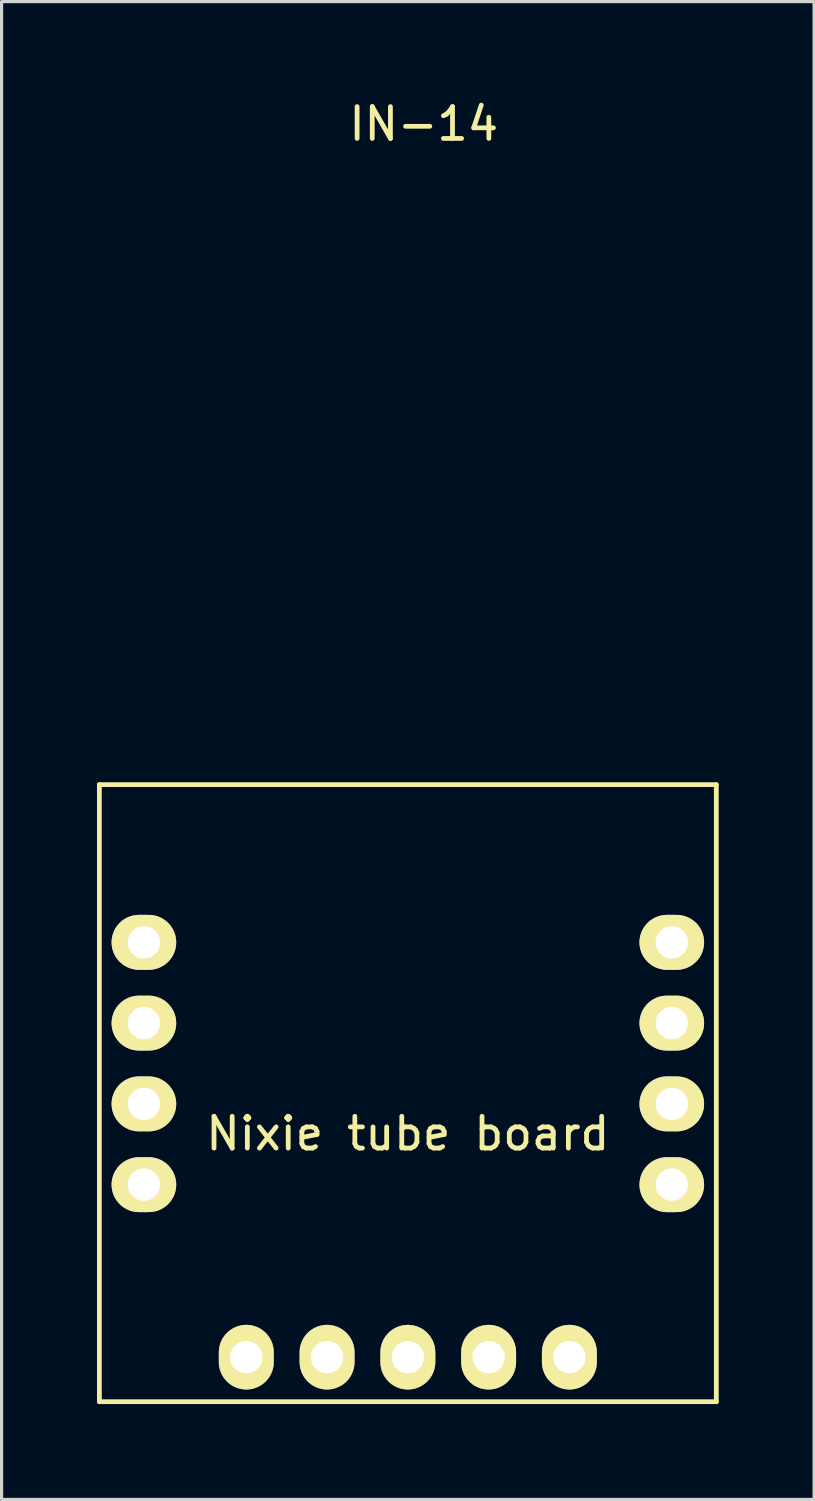
<source format=kicad_pcb>
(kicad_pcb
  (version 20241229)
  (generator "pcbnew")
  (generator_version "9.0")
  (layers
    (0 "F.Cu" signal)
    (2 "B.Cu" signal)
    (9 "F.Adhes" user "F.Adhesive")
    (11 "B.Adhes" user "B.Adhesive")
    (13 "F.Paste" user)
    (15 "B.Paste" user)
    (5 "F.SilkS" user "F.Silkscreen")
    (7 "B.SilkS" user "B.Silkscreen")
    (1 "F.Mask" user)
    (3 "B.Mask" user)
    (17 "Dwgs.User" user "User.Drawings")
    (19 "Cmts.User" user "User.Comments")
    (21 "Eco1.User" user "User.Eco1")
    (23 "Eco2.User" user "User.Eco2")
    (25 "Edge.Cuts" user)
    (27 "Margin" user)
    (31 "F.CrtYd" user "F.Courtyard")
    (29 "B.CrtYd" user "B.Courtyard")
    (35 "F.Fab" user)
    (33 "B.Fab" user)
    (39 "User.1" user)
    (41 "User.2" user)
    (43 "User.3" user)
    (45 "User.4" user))
  (footprint "IN-14"
    (layer "F.Cu")
    (at 9.775 31.328)
    (property "Reference" "IN-14" (at 0.5 -30.48 0) (layer "F.SilkS") (effects (font (size 1 1) (thickness 0.15))))
    (attr through_hole)
    (fp_line (start -9.7 -9.704) (end -9.7 9.7) (stroke (width 0.15) (type solid)) (layer "F.SilkS"))
    (fp_line (start -9.7 9.7) (end 9.7 9.7) (stroke (width 0.15) (type solid)) (layer "F.SilkS"))
    (fp_line (start 9.7 -9.704) (end -9.7 -9.704) (stroke (width 0.15) (type solid)) (layer "F.SilkS"))
    (fp_line (start 9.7 -9.704) (end 9.7 9.7) (stroke (width 0.15) (type solid)) (layer "F.SilkS"))
    (fp_text user "Nixie tube board" (at 0 1.27 0) (layer "F.SilkS") (effects (font (size 1 1) (thickness 0.15))))
    (pad "1" thru_hole oval (at 0 8.3 90) (size 2.032 1.727) (drill 1.016) (layers "*.Cu" "*.Mask" "F.SilkS"))
    (pad "2" thru_hole oval (at -2.54 8.3 90) (size 2.032 1.727) (drill 1.016) (layers "*.Cu" "*.Mask" "F.SilkS"))
    (pad "3" thru_hole oval (at -5.08 8.3 90) (size 2.032 1.727) (drill 1.016) (layers "*.Cu" "*.Mask" "F.SilkS"))
    (pad "4" thru_hole oval (at -8.3 2.875) (size 2.032 1.727) (drill 1.016) (layers "*.Cu" "*.Mask" "F.SilkS"))
    (pad "5" thru_hole oval (at -8.3 0.335) (size 2.032 1.727) (drill 1.016) (layers "*.Cu" "*.Mask" "F.SilkS"))
    (pad "6" thru_hole oval (at -8.3 -2.205) (size 2.032 1.727) (drill 1.016) (layers "*.Cu" "*.Mask" "F.SilkS"))
    (pad "7" thru_hole oval (at -8.3 -4.745) (size 2.032 1.727) (drill 1.016) (layers "*.Cu" "*.Mask" "F.SilkS"))
    (pad "8" thru_hole oval (at 8.3 -4.745) (size 2.032 1.727) (drill 1.016) (layers "*.Cu" "*.Mask" "F.SilkS"))
    (pad "9" thru_hole oval (at 8.3 -2.205) (size 2.032 1.727) (drill 1.016) (layers "*.Cu" "*.Mask" "F.SilkS"))
    (pad "10" thru_hole oval (at 8.3 0.335) (size 2.032 1.727) (drill 1.016) (layers "*.Cu" "*.Mask" "F.SilkS"))
    (pad "11" thru_hole oval (at 8.3 2.875) (size 2.032 1.727) (drill 1.016) (layers "*.Cu" "*.Mask" "F.SilkS"))
    (pad "12" thru_hole oval (at 5.08 8.3 90) (size 2.032 1.727) (drill 1.016) (layers "*.Cu" "*.Mask" "F.SilkS"))
    (pad "13" thru_hole oval (at 2.54 8.3 90) (size 2.032 1.727) (drill 1.016) (layers "*.Cu" "*.Mask" "F.SilkS")))
  (gr_rect
    (start -3 -3)
    (end 22.55 44.103)
    (stroke (width 0.1) (type default))
    (fill no)
    (layer "Edge.Cuts")))
</source>
